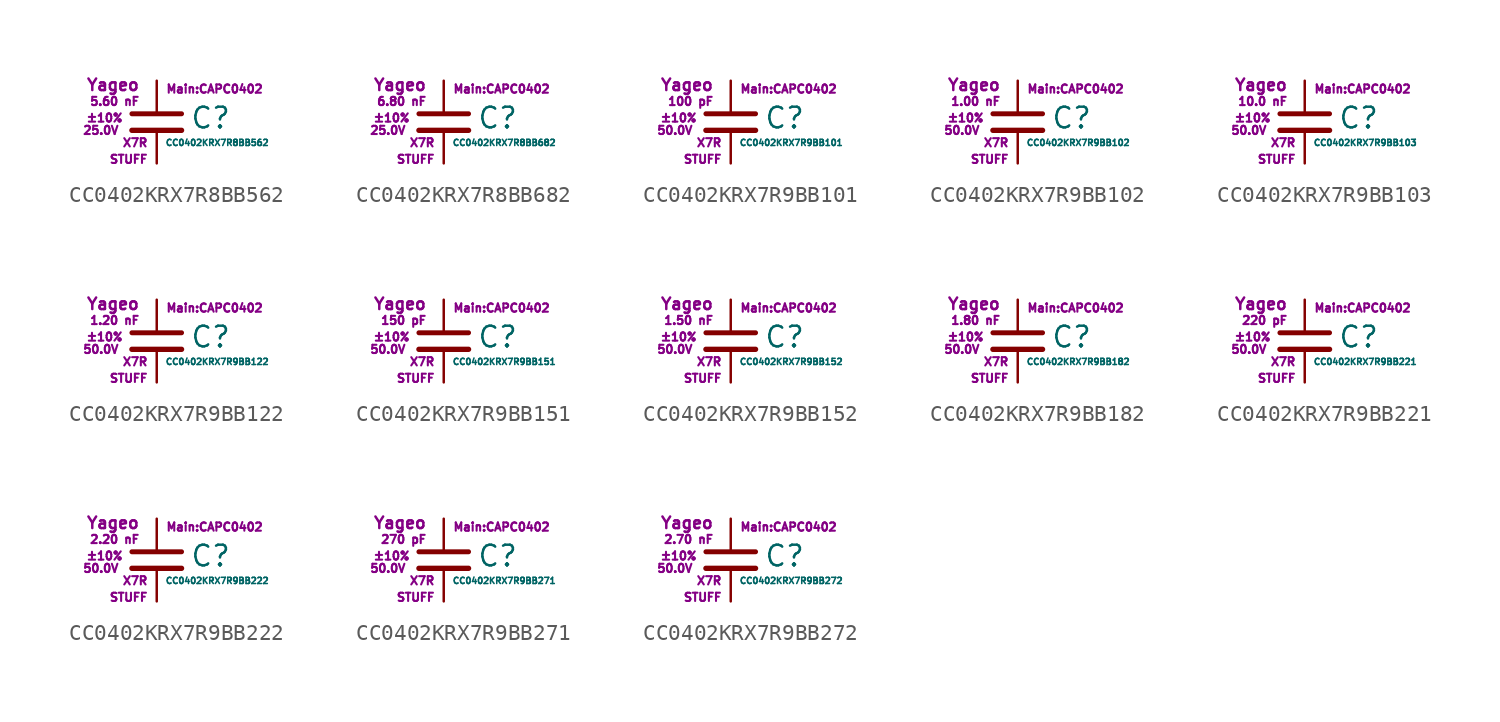
<source format=kicad_sym>
(kicad_symbol_lib
  (version 20211014)
  (generator kicad_symbol_editor)
  (symbol "CC0402KRX7R8BB562"
    (pin_numbers hide)
    (pin_names
      (offset 0.254) hide)
    (property "Reference" "C"
      (at 2.032 0.254 0)
      (effects (font (size 1.27 1.27)) (justify left)))
    (property "Value" "CC0402KRX7R8BB562"
      (at 0.508 -1.27 0)
      (effects (font (size 0.381 0.381)) (justify left)))
    (property "Footprint" "Main:CAPC0402"
      (at 3.556 2.032 0)
      (effects (font (size 0.508 0.508))))
    (property "Datasheet" ""
      (at 0.762 0.508 0)
      (effects (font (size 1.27 1.27))))
    (property "Manufacturer" "Yageo"
      (at -1.016 2.286 0)
      (effects (font (size 0.711 0.711)) (justify right)))
    (property "SKU" "STUFF"
      (at -0.508 -2.286 0)
      (effects (font (size 0.508 0.508)) (justify right)))
    (property "C" "5.60 nF"
      (at -1.016 1.27 0)
      (effects (font (size 0.508 0.508)) (justify right)))
    (property "Tol" "±10%"
      (at -2.032 0.254 0)
      (effects (font (size 0.508 0.508)) (justify right)))
    (property "Vmax" "25.0V"
      (at -2.286 -0.508 0)
      (effects (font (size 0.508 0.508)) (justify right)))
    (property "Type" "X7R"
      (at -0.508 -1.27 0)
      (effects (font (size 0.508 0.508)) (justify right)))
    (symbol "CC0402KRX7R8BB562_0_1"
      (polyline (pts (xy -1.524 -0.508) (xy 1.524 -0.508)) (stroke (width 0.33) (type default) (color 0 0 0 0)) (fill (type none)))
      (polyline (pts (xy -1.524 0.508) (xy 1.524 0.508)) (stroke (width 0.305) (type default) (color 0 0 0 0)) (fill (type none))))
    (symbol "CC0402KRX7R8BB562_1_1"
      (pin passive line (at 0 2.54 270) (length 1.905) (name "~" (effects (font (size 1.016 1.016)))) (number "1" (effects (font (size 1.016 1.016)))))
      (pin passive line (at 0 -2.54 90) (length 2.032) (name "~" (effects (font (size 1.016 1.016)))) (number "2" (effects (font (size 1.016 1.016)))))))
  (symbol "CC0402KRX7R8BB682"
    (pin_numbers hide)
    (pin_names
      (offset 0.254) hide)
    (property "Reference" "C"
      (at 2.032 0.254 0)
      (effects (font (size 1.27 1.27)) (justify left)))
    (property "Value" "CC0402KRX7R8BB682"
      (at 0.508 -1.27 0)
      (effects (font (size 0.381 0.381)) (justify left)))
    (property "Footprint" "Main:CAPC0402"
      (at 3.556 2.032 0)
      (effects (font (size 0.508 0.508))))
    (property "Datasheet" ""
      (at 0.762 0.508 0)
      (effects (font (size 1.27 1.27))))
    (property "Manufacturer" "Yageo"
      (at -1.016 2.286 0)
      (effects (font (size 0.711 0.711)) (justify right)))
    (property "SKU" "STUFF"
      (at -0.508 -2.286 0)
      (effects (font (size 0.508 0.508)) (justify right)))
    (property "C" "6.80 nF"
      (at -1.016 1.27 0)
      (effects (font (size 0.508 0.508)) (justify right)))
    (property "Tol" "±10%"
      (at -2.032 0.254 0)
      (effects (font (size 0.508 0.508)) (justify right)))
    (property "Vmax" "25.0V"
      (at -2.286 -0.508 0)
      (effects (font (size 0.508 0.508)) (justify right)))
    (property "Type" "X7R"
      (at -0.508 -1.27 0)
      (effects (font (size 0.508 0.508)) (justify right)))
    (symbol "CC0402KRX7R8BB682_0_1"
      (polyline (pts (xy -1.524 -0.508) (xy 1.524 -0.508)) (stroke (width 0.33) (type default) (color 0 0 0 0)) (fill (type none)))
      (polyline (pts (xy -1.524 0.508) (xy 1.524 0.508)) (stroke (width 0.305) (type default) (color 0 0 0 0)) (fill (type none))))
    (symbol "CC0402KRX7R8BB682_1_1"
      (pin passive line (at 0 2.54 270) (length 1.905) (name "~" (effects (font (size 1.016 1.016)))) (number "1" (effects (font (size 1.016 1.016)))))
      (pin passive line (at 0 -2.54 90) (length 2.032) (name "~" (effects (font (size 1.016 1.016)))) (number "2" (effects (font (size 1.016 1.016)))))))
  (symbol "CC0402KRX7R9BB101"
    (pin_numbers hide)
    (pin_names
      (offset 0.254) hide)
    (property "Reference" "C"
      (at 2.032 0.254 0)
      (effects (font (size 1.27 1.27)) (justify left)))
    (property "Value" "CC0402KRX7R9BB101"
      (at 0.508 -1.27 0)
      (effects (font (size 0.381 0.381)) (justify left)))
    (property "Footprint" "Main:CAPC0402"
      (at 3.556 2.032 0)
      (effects (font (size 0.508 0.508))))
    (property "Datasheet" ""
      (at 0.762 0.508 0)
      (effects (font (size 1.27 1.27))))
    (property "Manufacturer" "Yageo"
      (at -1.016 2.286 0)
      (effects (font (size 0.711 0.711)) (justify right)))
    (property "SKU" "STUFF"
      (at -0.508 -2.286 0)
      (effects (font (size 0.508 0.508)) (justify right)))
    (property "C" "100 pF"
      (at -1.016 1.27 0)
      (effects (font (size 0.508 0.508)) (justify right)))
    (property "Tol" "±10%"
      (at -2.032 0.254 0)
      (effects (font (size 0.508 0.508)) (justify right)))
    (property "Vmax" "50.0V"
      (at -2.286 -0.508 0)
      (effects (font (size 0.508 0.508)) (justify right)))
    (property "Type" "X7R"
      (at -0.508 -1.27 0)
      (effects (font (size 0.508 0.508)) (justify right)))
    (symbol "CC0402KRX7R9BB101_0_1"
      (polyline (pts (xy -1.524 -0.508) (xy 1.524 -0.508)) (stroke (width 0.33) (type default) (color 0 0 0 0)) (fill (type none)))
      (polyline (pts (xy -1.524 0.508) (xy 1.524 0.508)) (stroke (width 0.305) (type default) (color 0 0 0 0)) (fill (type none))))
    (symbol "CC0402KRX7R9BB101_1_1"
      (pin passive line (at 0 2.54 270) (length 1.905) (name "~" (effects (font (size 1.016 1.016)))) (number "1" (effects (font (size 1.016 1.016)))))
      (pin passive line (at 0 -2.54 90) (length 2.032) (name "~" (effects (font (size 1.016 1.016)))) (number "2" (effects (font (size 1.016 1.016)))))))
  (symbol "CC0402KRX7R9BB102"
    (pin_numbers hide)
    (pin_names
      (offset 0.254) hide)
    (property "Reference" "C"
      (at 2.032 0.254 0)
      (effects (font (size 1.27 1.27)) (justify left)))
    (property "Value" "CC0402KRX7R9BB102"
      (at 0.508 -1.27 0)
      (effects (font (size 0.381 0.381)) (justify left)))
    (property "Footprint" "Main:CAPC0402"
      (at 3.556 2.032 0)
      (effects (font (size 0.508 0.508))))
    (property "Datasheet" ""
      (at 0.762 0.508 0)
      (effects (font (size 1.27 1.27))))
    (property "Manufacturer" "Yageo"
      (at -1.016 2.286 0)
      (effects (font (size 0.711 0.711)) (justify right)))
    (property "SKU" "STUFF"
      (at -0.508 -2.286 0)
      (effects (font (size 0.508 0.508)) (justify right)))
    (property "C" "1.00 nF"
      (at -1.016 1.27 0)
      (effects (font (size 0.508 0.508)) (justify right)))
    (property "Tol" "±10%"
      (at -2.032 0.254 0)
      (effects (font (size 0.508 0.508)) (justify right)))
    (property "Vmax" "50.0V"
      (at -2.286 -0.508 0)
      (effects (font (size 0.508 0.508)) (justify right)))
    (property "Type" "X7R"
      (at -0.508 -1.27 0)
      (effects (font (size 0.508 0.508)) (justify right)))
    (symbol "CC0402KRX7R9BB102_0_1"
      (polyline (pts (xy -1.524 -0.508) (xy 1.524 -0.508)) (stroke (width 0.33) (type default) (color 0 0 0 0)) (fill (type none)))
      (polyline (pts (xy -1.524 0.508) (xy 1.524 0.508)) (stroke (width 0.305) (type default) (color 0 0 0 0)) (fill (type none))))
    (symbol "CC0402KRX7R9BB102_1_1"
      (pin passive line (at 0 2.54 270) (length 1.905) (name "~" (effects (font (size 1.016 1.016)))) (number "1" (effects (font (size 1.016 1.016)))))
      (pin passive line (at 0 -2.54 90) (length 2.032) (name "~" (effects (font (size 1.016 1.016)))) (number "2" (effects (font (size 1.016 1.016)))))))
  (symbol "CC0402KRX7R9BB103"
    (pin_numbers hide)
    (pin_names
      (offset 0.254) hide)
    (property "Reference" "C"
      (at 2.032 0.254 0)
      (effects (font (size 1.27 1.27)) (justify left)))
    (property "Value" "CC0402KRX7R9BB103"
      (at 0.508 -1.27 0)
      (effects (font (size 0.381 0.381)) (justify left)))
    (property "Footprint" "Main:CAPC0402"
      (at 3.556 2.032 0)
      (effects (font (size 0.508 0.508))))
    (property "Datasheet" ""
      (at 0.762 0.508 0)
      (effects (font (size 1.27 1.27))))
    (property "Manufacturer" "Yageo"
      (at -1.016 2.286 0)
      (effects (font (size 0.711 0.711)) (justify right)))
    (property "SKU" "STUFF"
      (at -0.508 -2.286 0)
      (effects (font (size 0.508 0.508)) (justify right)))
    (property "C" "10.0 nF"
      (at -1.016 1.27 0)
      (effects (font (size 0.508 0.508)) (justify right)))
    (property "Tol" "±10%"
      (at -2.032 0.254 0)
      (effects (font (size 0.508 0.508)) (justify right)))
    (property "Vmax" "50.0V"
      (at -2.286 -0.508 0)
      (effects (font (size 0.508 0.508)) (justify right)))
    (property "Type" "X7R"
      (at -0.508 -1.27 0)
      (effects (font (size 0.508 0.508)) (justify right)))
    (symbol "CC0402KRX7R9BB103_0_1"
      (polyline (pts (xy -1.524 -0.508) (xy 1.524 -0.508)) (stroke (width 0.33) (type default) (color 0 0 0 0)) (fill (type none)))
      (polyline (pts (xy -1.524 0.508) (xy 1.524 0.508)) (stroke (width 0.305) (type default) (color 0 0 0 0)) (fill (type none))))
    (symbol "CC0402KRX7R9BB103_1_1"
      (pin passive line (at 0 2.54 270) (length 1.905) (name "~" (effects (font (size 1.016 1.016)))) (number "1" (effects (font (size 1.016 1.016)))))
      (pin passive line (at 0 -2.54 90) (length 2.032) (name "~" (effects (font (size 1.016 1.016)))) (number "2" (effects (font (size 1.016 1.016)))))))
  (symbol "CC0402KRX7R9BB122"
    (pin_numbers hide)
    (pin_names
      (offset 0.254) hide)
    (property "Reference" "C"
      (at 2.032 0.254 0)
      (effects (font (size 1.27 1.27)) (justify left)))
    (property "Value" "CC0402KRX7R9BB122"
      (at 0.508 -1.27 0)
      (effects (font (size 0.381 0.381)) (justify left)))
    (property "Footprint" "Main:CAPC0402"
      (at 3.556 2.032 0)
      (effects (font (size 0.508 0.508))))
    (property "Datasheet" ""
      (at 0.762 0.508 0)
      (effects (font (size 1.27 1.27))))
    (property "Manufacturer" "Yageo"
      (at -1.016 2.286 0)
      (effects (font (size 0.711 0.711)) (justify right)))
    (property "SKU" "STUFF"
      (at -0.508 -2.286 0)
      (effects (font (size 0.508 0.508)) (justify right)))
    (property "C" "1.20 nF"
      (at -1.016 1.27 0)
      (effects (font (size 0.508 0.508)) (justify right)))
    (property "Tol" "±10%"
      (at -2.032 0.254 0)
      (effects (font (size 0.508 0.508)) (justify right)))
    (property "Vmax" "50.0V"
      (at -2.286 -0.508 0)
      (effects (font (size 0.508 0.508)) (justify right)))
    (property "Type" "X7R"
      (at -0.508 -1.27 0)
      (effects (font (size 0.508 0.508)) (justify right)))
    (symbol "CC0402KRX7R9BB122_0_1"
      (polyline (pts (xy -1.524 -0.508) (xy 1.524 -0.508)) (stroke (width 0.33) (type default) (color 0 0 0 0)) (fill (type none)))
      (polyline (pts (xy -1.524 0.508) (xy 1.524 0.508)) (stroke (width 0.305) (type default) (color 0 0 0 0)) (fill (type none))))
    (symbol "CC0402KRX7R9BB122_1_1"
      (pin passive line (at 0 2.54 270) (length 1.905) (name "~" (effects (font (size 1.016 1.016)))) (number "1" (effects (font (size 1.016 1.016)))))
      (pin passive line (at 0 -2.54 90) (length 2.032) (name "~" (effects (font (size 1.016 1.016)))) (number "2" (effects (font (size 1.016 1.016)))))))
  (symbol "CC0402KRX7R9BB151"
    (pin_numbers hide)
    (pin_names
      (offset 0.254) hide)
    (property "Reference" "C"
      (at 2.032 0.254 0)
      (effects (font (size 1.27 1.27)) (justify left)))
    (property "Value" "CC0402KRX7R9BB151"
      (at 0.508 -1.27 0)
      (effects (font (size 0.381 0.381)) (justify left)))
    (property "Footprint" "Main:CAPC0402"
      (at 3.556 2.032 0)
      (effects (font (size 0.508 0.508))))
    (property "Datasheet" ""
      (at 0.762 0.508 0)
      (effects (font (size 1.27 1.27))))
    (property "Manufacturer" "Yageo"
      (at -1.016 2.286 0)
      (effects (font (size 0.711 0.711)) (justify right)))
    (property "SKU" "STUFF"
      (at -0.508 -2.286 0)
      (effects (font (size 0.508 0.508)) (justify right)))
    (property "C" "150 pF"
      (at -1.016 1.27 0)
      (effects (font (size 0.508 0.508)) (justify right)))
    (property "Tol" "±10%"
      (at -2.032 0.254 0)
      (effects (font (size 0.508 0.508)) (justify right)))
    (property "Vmax" "50.0V"
      (at -2.286 -0.508 0)
      (effects (font (size 0.508 0.508)) (justify right)))
    (property "Type" "X7R"
      (at -0.508 -1.27 0)
      (effects (font (size 0.508 0.508)) (justify right)))
    (symbol "CC0402KRX7R9BB151_0_1"
      (polyline (pts (xy -1.524 -0.508) (xy 1.524 -0.508)) (stroke (width 0.33) (type default) (color 0 0 0 0)) (fill (type none)))
      (polyline (pts (xy -1.524 0.508) (xy 1.524 0.508)) (stroke (width 0.305) (type default) (color 0 0 0 0)) (fill (type none))))
    (symbol "CC0402KRX7R9BB151_1_1"
      (pin passive line (at 0 2.54 270) (length 1.905) (name "~" (effects (font (size 1.016 1.016)))) (number "1" (effects (font (size 1.016 1.016)))))
      (pin passive line (at 0 -2.54 90) (length 2.032) (name "~" (effects (font (size 1.016 1.016)))) (number "2" (effects (font (size 1.016 1.016)))))))
  (symbol "CC0402KRX7R9BB152"
    (pin_numbers hide)
    (pin_names
      (offset 0.254) hide)
    (property "Reference" "C"
      (at 2.032 0.254 0)
      (effects (font (size 1.27 1.27)) (justify left)))
    (property "Value" "CC0402KRX7R9BB152"
      (at 0.508 -1.27 0)
      (effects (font (size 0.381 0.381)) (justify left)))
    (property "Footprint" "Main:CAPC0402"
      (at 3.556 2.032 0)
      (effects (font (size 0.508 0.508))))
    (property "Datasheet" ""
      (at 0.762 0.508 0)
      (effects (font (size 1.27 1.27))))
    (property "Manufacturer" "Yageo"
      (at -1.016 2.286 0)
      (effects (font (size 0.711 0.711)) (justify right)))
    (property "SKU" "STUFF"
      (at -0.508 -2.286 0)
      (effects (font (size 0.508 0.508)) (justify right)))
    (property "C" "1.50 nF"
      (at -1.016 1.27 0)
      (effects (font (size 0.508 0.508)) (justify right)))
    (property "Tol" "±10%"
      (at -2.032 0.254 0)
      (effects (font (size 0.508 0.508)) (justify right)))
    (property "Vmax" "50.0V"
      (at -2.286 -0.508 0)
      (effects (font (size 0.508 0.508)) (justify right)))
    (property "Type" "X7R"
      (at -0.508 -1.27 0)
      (effects (font (size 0.508 0.508)) (justify right)))
    (symbol "CC0402KRX7R9BB152_0_1"
      (polyline (pts (xy -1.524 -0.508) (xy 1.524 -0.508)) (stroke (width 0.33) (type default) (color 0 0 0 0)) (fill (type none)))
      (polyline (pts (xy -1.524 0.508) (xy 1.524 0.508)) (stroke (width 0.305) (type default) (color 0 0 0 0)) (fill (type none))))
    (symbol "CC0402KRX7R9BB152_1_1"
      (pin passive line (at 0 2.54 270) (length 1.905) (name "~" (effects (font (size 1.016 1.016)))) (number "1" (effects (font (size 1.016 1.016)))))
      (pin passive line (at 0 -2.54 90) (length 2.032) (name "~" (effects (font (size 1.016 1.016)))) (number "2" (effects (font (size 1.016 1.016)))))))
  (symbol "CC0402KRX7R9BB182"
    (pin_numbers hide)
    (pin_names
      (offset 0.254) hide)
    (property "Reference" "C"
      (at 2.032 0.254 0)
      (effects (font (size 1.27 1.27)) (justify left)))
    (property "Value" "CC0402KRX7R9BB182"
      (at 0.508 -1.27 0)
      (effects (font (size 0.381 0.381)) (justify left)))
    (property "Footprint" "Main:CAPC0402"
      (at 3.556 2.032 0)
      (effects (font (size 0.508 0.508))))
    (property "Datasheet" ""
      (at 0.762 0.508 0)
      (effects (font (size 1.27 1.27))))
    (property "Manufacturer" "Yageo"
      (at -1.016 2.286 0)
      (effects (font (size 0.711 0.711)) (justify right)))
    (property "SKU" "STUFF"
      (at -0.508 -2.286 0)
      (effects (font (size 0.508 0.508)) (justify right)))
    (property "C" "1.80 nF"
      (at -1.016 1.27 0)
      (effects (font (size 0.508 0.508)) (justify right)))
    (property "Tol" "±10%"
      (at -2.032 0.254 0)
      (effects (font (size 0.508 0.508)) (justify right)))
    (property "Vmax" "50.0V"
      (at -2.286 -0.508 0)
      (effects (font (size 0.508 0.508)) (justify right)))
    (property "Type" "X7R"
      (at -0.508 -1.27 0)
      (effects (font (size 0.508 0.508)) (justify right)))
    (symbol "CC0402KRX7R9BB182_0_1"
      (polyline (pts (xy -1.524 -0.508) (xy 1.524 -0.508)) (stroke (width 0.33) (type default) (color 0 0 0 0)) (fill (type none)))
      (polyline (pts (xy -1.524 0.508) (xy 1.524 0.508)) (stroke (width 0.305) (type default) (color 0 0 0 0)) (fill (type none))))
    (symbol "CC0402KRX7R9BB182_1_1"
      (pin passive line (at 0 2.54 270) (length 1.905) (name "~" (effects (font (size 1.016 1.016)))) (number "1" (effects (font (size 1.016 1.016)))))
      (pin passive line (at 0 -2.54 90) (length 2.032) (name "~" (effects (font (size 1.016 1.016)))) (number "2" (effects (font (size 1.016 1.016)))))))
  (symbol "CC0402KRX7R9BB221"
    (pin_numbers hide)
    (pin_names
      (offset 0.254) hide)
    (property "Reference" "C"
      (at 2.032 0.254 0)
      (effects (font (size 1.27 1.27)) (justify left)))
    (property "Value" "CC0402KRX7R9BB221"
      (at 0.508 -1.27 0)
      (effects (font (size 0.381 0.381)) (justify left)))
    (property "Footprint" "Main:CAPC0402"
      (at 3.556 2.032 0)
      (effects (font (size 0.508 0.508))))
    (property "Datasheet" ""
      (at 0.762 0.508 0)
      (effects (font (size 1.27 1.27))))
    (property "Manufacturer" "Yageo"
      (at -1.016 2.286 0)
      (effects (font (size 0.711 0.711)) (justify right)))
    (property "SKU" "STUFF"
      (at -0.508 -2.286 0)
      (effects (font (size 0.508 0.508)) (justify right)))
    (property "C" "220 pF"
      (at -1.016 1.27 0)
      (effects (font (size 0.508 0.508)) (justify right)))
    (property "Tol" "±10%"
      (at -2.032 0.254 0)
      (effects (font (size 0.508 0.508)) (justify right)))
    (property "Vmax" "50.0V"
      (at -2.286 -0.508 0)
      (effects (font (size 0.508 0.508)) (justify right)))
    (property "Type" "X7R"
      (at -0.508 -1.27 0)
      (effects (font (size 0.508 0.508)) (justify right)))
    (symbol "CC0402KRX7R9BB221_0_1"
      (polyline (pts (xy -1.524 -0.508) (xy 1.524 -0.508)) (stroke (width 0.33) (type default) (color 0 0 0 0)) (fill (type none)))
      (polyline (pts (xy -1.524 0.508) (xy 1.524 0.508)) (stroke (width 0.305) (type default) (color 0 0 0 0)) (fill (type none))))
    (symbol "CC0402KRX7R9BB221_1_1"
      (pin passive line (at 0 2.54 270) (length 1.905) (name "~" (effects (font (size 1.016 1.016)))) (number "1" (effects (font (size 1.016 1.016)))))
      (pin passive line (at 0 -2.54 90) (length 2.032) (name "~" (effects (font (size 1.016 1.016)))) (number "2" (effects (font (size 1.016 1.016)))))))
  (symbol "CC0402KRX7R9BB222"
    (pin_numbers hide)
    (pin_names
      (offset 0.254) hide)
    (property "Reference" "C"
      (at 2.032 0.254 0)
      (effects (font (size 1.27 1.27)) (justify left)))
    (property "Value" "CC0402KRX7R9BB222"
      (at 0.508 -1.27 0)
      (effects (font (size 0.381 0.381)) (justify left)))
    (property "Footprint" "Main:CAPC0402"
      (at 3.556 2.032 0)
      (effects (font (size 0.508 0.508))))
    (property "Datasheet" ""
      (at 0.762 0.508 0)
      (effects (font (size 1.27 1.27))))
    (property "Manufacturer" "Yageo"
      (at -1.016 2.286 0)
      (effects (font (size 0.711 0.711)) (justify right)))
    (property "SKU" "STUFF"
      (at -0.508 -2.286 0)
      (effects (font (size 0.508 0.508)) (justify right)))
    (property "C" "2.20 nF"
      (at -1.016 1.27 0)
      (effects (font (size 0.508 0.508)) (justify right)))
    (property "Tol" "±10%"
      (at -2.032 0.254 0)
      (effects (font (size 0.508 0.508)) (justify right)))
    (property "Vmax" "50.0V"
      (at -2.286 -0.508 0)
      (effects (font (size 0.508 0.508)) (justify right)))
    (property "Type" "X7R"
      (at -0.508 -1.27 0)
      (effects (font (size 0.508 0.508)) (justify right)))
    (symbol "CC0402KRX7R9BB222_0_1"
      (polyline (pts (xy -1.524 -0.508) (xy 1.524 -0.508)) (stroke (width 0.33) (type default) (color 0 0 0 0)) (fill (type none)))
      (polyline (pts (xy -1.524 0.508) (xy 1.524 0.508)) (stroke (width 0.305) (type default) (color 0 0 0 0)) (fill (type none))))
    (symbol "CC0402KRX7R9BB222_1_1"
      (pin passive line (at 0 2.54 270) (length 1.905) (name "~" (effects (font (size 1.016 1.016)))) (number "1" (effects (font (size 1.016 1.016)))))
      (pin passive line (at 0 -2.54 90) (length 2.032) (name "~" (effects (font (size 1.016 1.016)))) (number "2" (effects (font (size 1.016 1.016)))))))
  (symbol "CC0402KRX7R9BB271"
    (pin_numbers hide)
    (pin_names
      (offset 0.254) hide)
    (property "Reference" "C"
      (at 2.032 0.254 0)
      (effects (font (size 1.27 1.27)) (justify left)))
    (property "Value" "CC0402KRX7R9BB271"
      (at 0.508 -1.27 0)
      (effects (font (size 0.381 0.381)) (justify left)))
    (property "Footprint" "Main:CAPC0402"
      (at 3.556 2.032 0)
      (effects (font (size 0.508 0.508))))
    (property "Datasheet" ""
      (at 0.762 0.508 0)
      (effects (font (size 1.27 1.27))))
    (property "Manufacturer" "Yageo"
      (at -1.016 2.286 0)
      (effects (font (size 0.711 0.711)) (justify right)))
    (property "SKU" "STUFF"
      (at -0.508 -2.286 0)
      (effects (font (size 0.508 0.508)) (justify right)))
    (property "C" "270 pF"
      (at -1.016 1.27 0)
      (effects (font (size 0.508 0.508)) (justify right)))
    (property "Tol" "±10%"
      (at -2.032 0.254 0)
      (effects (font (size 0.508 0.508)) (justify right)))
    (property "Vmax" "50.0V"
      (at -2.286 -0.508 0)
      (effects (font (size 0.508 0.508)) (justify right)))
    (property "Type" "X7R"
      (at -0.508 -1.27 0)
      (effects (font (size 0.508 0.508)) (justify right)))
    (symbol "CC0402KRX7R9BB271_0_1"
      (polyline (pts (xy -1.524 -0.508) (xy 1.524 -0.508)) (stroke (width 0.33) (type default) (color 0 0 0 0)) (fill (type none)))
      (polyline (pts (xy -1.524 0.508) (xy 1.524 0.508)) (stroke (width 0.305) (type default) (color 0 0 0 0)) (fill (type none))))
    (symbol "CC0402KRX7R9BB271_1_1"
      (pin passive line (at 0 2.54 270) (length 1.905) (name "~" (effects (font (size 1.016 1.016)))) (number "1" (effects (font (size 1.016 1.016)))))
      (pin passive line (at 0 -2.54 90) (length 2.032) (name "~" (effects (font (size 1.016 1.016)))) (number "2" (effects (font (size 1.016 1.016)))))))
  (symbol "CC0402KRX7R9BB272"
    (pin_numbers hide)
    (pin_names
      (offset 0.254) hide)
    (property "Reference" "C"
      (at 2.032 0.254 0)
      (effects (font (size 1.27 1.27)) (justify left)))
    (property "Value" "CC0402KRX7R9BB272"
      (at 0.508 -1.27 0)
      (effects (font (size 0.381 0.381)) (justify left)))
    (property "Footprint" "Main:CAPC0402"
      (at 3.556 2.032 0)
      (effects (font (size 0.508 0.508))))
    (property "Datasheet" ""
      (at 0.762 0.508 0)
      (effects (font (size 1.27 1.27))))
    (property "Manufacturer" "Yageo"
      (at -1.016 2.286 0)
      (effects (font (size 0.711 0.711)) (justify right)))
    (property "SKU" "STUFF"
      (at -0.508 -2.286 0)
      (effects (font (size 0.508 0.508)) (justify right)))
    (property "C" "2.70 nF"
      (at -1.016 1.27 0)
      (effects (font (size 0.508 0.508)) (justify right)))
    (property "Tol" "±10%"
      (at -2.032 0.254 0)
      (effects (font (size 0.508 0.508)) (justify right)))
    (property "Vmax" "50.0V"
      (at -2.286 -0.508 0)
      (effects (font (size 0.508 0.508)) (justify right)))
    (property "Type" "X7R"
      (at -0.508 -1.27 0)
      (effects (font (size 0.508 0.508)) (justify right)))
    (symbol "CC0402KRX7R9BB272_0_1"
      (polyline (pts (xy -1.524 -0.508) (xy 1.524 -0.508)) (stroke (width 0.33) (type default) (color 0 0 0 0)) (fill (type none)))
      (polyline (pts (xy -1.524 0.508) (xy 1.524 0.508)) (stroke (width 0.305) (type default) (color 0 0 0 0)) (fill (type none))))
    (symbol "CC0402KRX7R9BB272_1_1"
      (pin passive line (at 0 2.54 270) (length 1.905) (name "~" (effects (font (size 1.016 1.016)))) (number "1" (effects (font (size 1.016 1.016)))))
      (pin passive line (at 0 -2.54 90) (length 2.032) (name "~" (effects (font (size 1.016 1.016)))) (number "2" (effects (font (size 1.016 1.016))))))))
</source>
